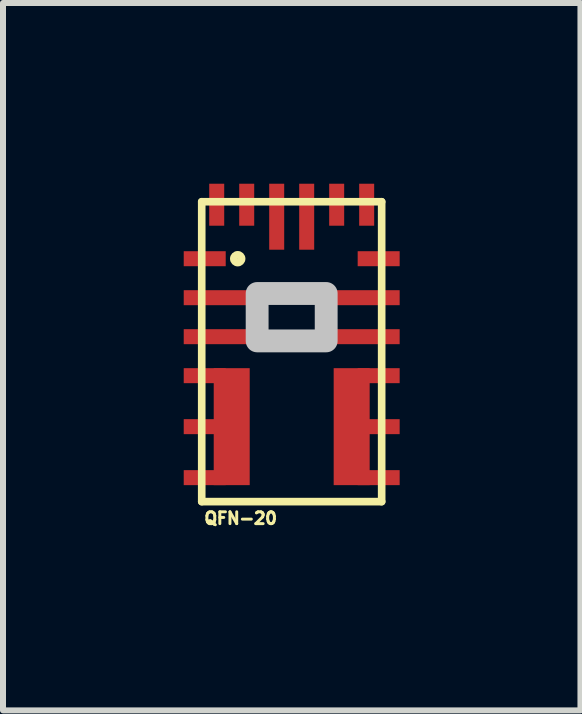
<source format=kicad_pcb>
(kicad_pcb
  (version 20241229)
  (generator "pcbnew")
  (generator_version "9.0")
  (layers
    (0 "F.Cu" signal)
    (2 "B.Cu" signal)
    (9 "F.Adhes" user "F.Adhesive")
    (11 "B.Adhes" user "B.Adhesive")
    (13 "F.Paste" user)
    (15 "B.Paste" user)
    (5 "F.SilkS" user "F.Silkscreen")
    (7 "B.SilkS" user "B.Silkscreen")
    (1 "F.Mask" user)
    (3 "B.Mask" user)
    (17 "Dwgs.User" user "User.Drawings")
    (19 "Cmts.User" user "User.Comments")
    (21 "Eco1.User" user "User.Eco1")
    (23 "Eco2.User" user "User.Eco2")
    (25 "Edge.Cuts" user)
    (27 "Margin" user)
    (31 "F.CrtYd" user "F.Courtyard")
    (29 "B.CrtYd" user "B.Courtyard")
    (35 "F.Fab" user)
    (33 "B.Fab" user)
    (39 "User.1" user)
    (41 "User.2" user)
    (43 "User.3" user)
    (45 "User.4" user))
  (footprint "QFN-20"
    (layer "F.Cu")
    (at 1.813 2.813)
    (property "Reference" "QFN-20" (at -0.851 2.778 0) (layer "F.SilkS") (effects (font (size 0.197 0.197) (thickness 0.05))))
    (attr smd)
    (fp_line (start -1.75 -1.65) (end -1.15 -1.65) (stroke (width 0.127) (type solid)) (layer "F.Mask"))
    (fp_line (start -1.75 -1.55) (end -1.75 -1.65) (stroke (width 0.127) (type solid)) (layer "F.Mask"))
    (fp_line (start -1.75 -1.55) (end -1.15 -1.55) (stroke (width 0.127) (type solid)) (layer "F.Mask"))
    (fp_line (start -1.75 -1.45) (end -1.75 -1.55) (stroke (width 0.127) (type solid)) (layer "F.Mask"))
    (fp_line (start -1.75 -1) (end -0.75 -1) (stroke (width 0.127) (type solid)) (layer "F.Mask"))
    (fp_line (start -1.75 -0.9) (end -1.75 -1) (stroke (width 0.127) (type solid)) (layer "F.Mask"))
    (fp_line (start -1.75 -0.9) (end -0.75 -0.9) (stroke (width 0.127) (type solid)) (layer "F.Mask"))
    (fp_line (start -1.75 -0.8) (end -1.75 -0.9) (stroke (width 0.127) (type solid)) (layer "F.Mask"))
    (fp_line (start -1.75 -0.35) (end -0.75 -0.35) (stroke (width 0.127) (type solid)) (layer "F.Mask"))
    (fp_line (start -1.75 -0.25) (end -1.75 -0.35) (stroke (width 0.127) (type solid)) (layer "F.Mask"))
    (fp_line (start -1.75 -0.25) (end -0.75 -0.25) (stroke (width 0.127) (type solid)) (layer "F.Mask"))
    (fp_line (start -1.75 -0.15) (end -1.75 -0.25) (stroke (width 0.127) (type solid)) (layer "F.Mask"))
    (fp_line (start -1.75 0.3) (end -1 0.3) (stroke (width 0.127) (type solid)) (layer "F.Mask"))
    (fp_line (start -1.75 0.4) (end -1.75 0.3) (stroke (width 0.127) (type solid)) (layer "F.Mask"))
    (fp_line (start -1.75 0.4) (end -1 0.4) (stroke (width 0.127) (type solid)) (layer "F.Mask"))
    (fp_line (start -1.75 0.5) (end -1.75 0.4) (stroke (width 0.127) (type solid)) (layer "F.Mask"))
    (fp_line (start -1.75 1.15) (end -1 1.15) (stroke (width 0.127) (type solid)) (layer "F.Mask"))
    (fp_line (start -1.75 1.25) (end -1.75 1.15) (stroke (width 0.127) (type solid)) (layer "F.Mask"))
    (fp_line (start -1.75 1.25) (end -1 1.25) (stroke (width 0.127) (type solid)) (layer "F.Mask"))
    (fp_line (start -1.75 1.35) (end -1.75 1.25) (stroke (width 0.127) (type solid)) (layer "F.Mask"))
    (fp_line (start -1.75 2) (end -1 2) (stroke (width 0.127) (type solid)) (layer "F.Mask"))
    (fp_line (start -1.75 2.1) (end -1.75 2) (stroke (width 0.127) (type solid)) (layer "F.Mask"))
    (fp_line (start -1.75 2.1) (end -1 2.1) (stroke (width 0.127) (type solid)) (layer "F.Mask"))
    (fp_line (start -1.75 2.2) (end -1.75 2.1) (stroke (width 0.127) (type solid)) (layer "F.Mask"))
    (fp_line (start -1.35 -2.75) (end -1.25 -2.75) (stroke (width 0.127) (type solid)) (layer "F.Mask"))
    (fp_line (start -1.35 -2.15) (end -1.35 -2.75) (stroke (width 0.127) (type solid)) (layer "F.Mask"))
    (fp_line (start -1.25 -2.75) (end -1.25 -2.15) (stroke (width 0.127) (type solid)) (layer "F.Mask"))
    (fp_line (start -1.25 -2.75) (end -1.15 -2.75) (stroke (width 0.127) (type solid)) (layer "F.Mask"))
    (fp_line (start -1.25 -2.15) (end -1.35 -2.15) (stroke (width 0.127) (type solid)) (layer "F.Mask"))
    (fp_line (start -1.15 -2.75) (end -1.15 -2.15) (stroke (width 0.127) (type solid)) (layer "F.Mask"))
    (fp_line (start -1.15 -2.15) (end -1.25 -2.15) (stroke (width 0.127) (type solid)) (layer "F.Mask"))
    (fp_line (start -1.15 -1.65) (end -1.15 -1.55) (stroke (width 0.127) (type solid)) (layer "F.Mask"))
    (fp_line (start -1.15 -1.55) (end -1.15 -1.45) (stroke (width 0.127) (type solid)) (layer "F.Mask"))
    (fp_line (start -1.15 -1.45) (end -1.75 -1.45) (stroke (width 0.127) (type solid)) (layer "F.Mask"))
    (fp_line (start -1 0.3) (end -1 0.4) (stroke (width 0.127) (type solid)) (layer "F.Mask"))
    (fp_line (start -1 0.4) (end -1 0.5) (stroke (width 0.127) (type solid)) (layer "F.Mask"))
    (fp_line (start -1 0.5) (end -1.75 0.5) (stroke (width 0.127) (type solid)) (layer "F.Mask"))
    (fp_line (start -1 1.15) (end -1 1.25) (stroke (width 0.127) (type solid)) (layer "F.Mask"))
    (fp_line (start -1 1.25) (end -1 1.35) (stroke (width 0.127) (type solid)) (layer "F.Mask"))
    (fp_line (start -1 1.35) (end -1.75 1.35) (stroke (width 0.127) (type solid)) (layer "F.Mask"))
    (fp_line (start -1 2) (end -1 2.1) (stroke (width 0.127) (type solid)) (layer "F.Mask"))
    (fp_line (start -1 2.1) (end -1 2.2) (stroke (width 0.127) (type solid)) (layer "F.Mask"))
    (fp_line (start -1 2.2) (end -1.75 2.2) (stroke (width 0.127) (type solid)) (layer "F.Mask"))
    (fp_line (start -0.85 -2.75) (end -0.75 -2.75) (stroke (width 0.127) (type solid)) (layer "F.Mask"))
    (fp_line (start -0.85 -2.15) (end -0.85 -2.75) (stroke (width 0.127) (type solid)) (layer "F.Mask"))
    (fp_line (start -0.75 -2.75) (end -0.75 -2.15) (stroke (width 0.127) (type solid)) (layer "F.Mask"))
    (fp_line (start -0.75 -2.75) (end -0.65 -2.75) (stroke (width 0.127) (type solid)) (layer "F.Mask"))
    (fp_line (start -0.75 -2.15) (end -0.85 -2.15) (stroke (width 0.127) (type solid)) (layer "F.Mask"))
    (fp_line (start -0.75 -1) (end -0.75 -0.9) (stroke (width 0.127) (type solid)) (layer "F.Mask"))
    (fp_line (start -0.75 -0.9) (end -0.75 -0.8) (stroke (width 0.127) (type solid)) (layer "F.Mask"))
    (fp_line (start -0.75 -0.8) (end -1.75 -0.8) (stroke (width 0.127) (type solid)) (layer "F.Mask"))
    (fp_line (start -0.75 -0.35) (end -0.75 -0.25) (stroke (width 0.127) (type solid)) (layer "F.Mask"))
    (fp_line (start -0.75 -0.25) (end -0.75 -0.15) (stroke (width 0.127) (type solid)) (layer "F.Mask"))
    (fp_line (start -0.75 -0.15) (end -1.75 -0.15) (stroke (width 0.127) (type solid)) (layer "F.Mask"))
    (fp_line (start -0.65 -2.75) (end -0.65 -2.15) (stroke (width 0.127) (type solid)) (layer "F.Mask"))
    (fp_line (start -0.65 -2.15) (end -0.75 -2.15) (stroke (width 0.127) (type solid)) (layer "F.Mask"))
    (fp_line (start -0.35 -2.75) (end -0.25 -2.75) (stroke (width 0.127) (type solid)) (layer "F.Mask"))
    (fp_line (start -0.35 -1.75) (end -0.35 -2.75) (stroke (width 0.127) (type solid)) (layer "F.Mask"))
    (fp_line (start -0.25 -2.75) (end -0.25 -1.75) (stroke (width 0.127) (type solid)) (layer "F.Mask"))
    (fp_line (start -0.25 -2.75) (end -0.15 -2.75) (stroke (width 0.127) (type solid)) (layer "F.Mask"))
    (fp_line (start -0.25 -1.75) (end -0.35 -1.75) (stroke (width 0.127) (type solid)) (layer "F.Mask"))
    (fp_line (start -0.15 -2.75) (end -0.15 -1.75) (stroke (width 0.127) (type solid)) (layer "F.Mask"))
    (fp_line (start -0.15 -1.75) (end -0.25 -1.75) (stroke (width 0.127) (type solid)) (layer "F.Mask"))
    (fp_line (start 0.15 -2.75) (end 0.25 -2.75) (stroke (width 0.127) (type solid)) (layer "F.Mask"))
    (fp_line (start 0.15 -1.75) (end 0.15 -2.75) (stroke (width 0.127) (type solid)) (layer "F.Mask"))
    (fp_line (start 0.25 -2.75) (end 0.25 -1.75) (stroke (width 0.127) (type solid)) (layer "F.Mask"))
    (fp_line (start 0.25 -2.75) (end 0.35 -2.75) (stroke (width 0.127) (type solid)) (layer "F.Mask"))
    (fp_line (start 0.25 -1.75) (end 0.15 -1.75) (stroke (width 0.127) (type solid)) (layer "F.Mask"))
    (fp_line (start 0.35 -2.75) (end 0.35 -1.75) (stroke (width 0.127) (type solid)) (layer "F.Mask"))
    (fp_line (start 0.35 -1.75) (end 0.25 -1.75) (stroke (width 0.127) (type solid)) (layer "F.Mask"))
    (fp_line (start 0.65 -2.75) (end 0.75 -2.75) (stroke (width 0.127) (type solid)) (layer "F.Mask"))
    (fp_line (start 0.65 -2.15) (end 0.65 -2.75) (stroke (width 0.127) (type solid)) (layer "F.Mask"))
    (fp_line (start 0.75 -2.75) (end 0.75 -2.15) (stroke (width 0.127) (type solid)) (layer "F.Mask"))
    (fp_line (start 0.75 -2.75) (end 0.85 -2.75) (stroke (width 0.127) (type solid)) (layer "F.Mask"))
    (fp_line (start 0.75 -2.15) (end 0.65 -2.15) (stroke (width 0.127) (type solid)) (layer "F.Mask"))
    (fp_line (start 0.75 -1) (end 1.75 -1) (stroke (width 0.127) (type solid)) (layer "F.Mask"))
    (fp_line (start 0.75 -0.9) (end 0.75 -1) (stroke (width 0.127) (type solid)) (layer "F.Mask"))
    (fp_line (start 0.75 -0.9) (end 1.75 -0.9) (stroke (width 0.127) (type solid)) (layer "F.Mask"))
    (fp_line (start 0.75 -0.8) (end 0.75 -0.9) (stroke (width 0.127) (type solid)) (layer "F.Mask"))
    (fp_line (start 0.75 -0.35) (end 1.75 -0.35) (stroke (width 0.127) (type solid)) (layer "F.Mask"))
    (fp_line (start 0.75 -0.25) (end 0.75 -0.35) (stroke (width 0.127) (type solid)) (layer "F.Mask"))
    (fp_line (start 0.75 -0.25) (end 1.75 -0.25) (stroke (width 0.127) (type solid)) (layer "F.Mask"))
    (fp_line (start 0.75 -0.15) (end 0.75 -0.25) (stroke (width 0.127) (type solid)) (layer "F.Mask"))
    (fp_line (start 0.85 -2.75) (end 0.85 -2.15) (stroke (width 0.127) (type solid)) (layer "F.Mask"))
    (fp_line (start 0.85 -2.15) (end 0.75 -2.15) (stroke (width 0.127) (type solid)) (layer "F.Mask"))
    (fp_line (start 1 0.3) (end 1 0.4) (stroke (width 0.127) (type solid)) (layer "F.Mask"))
    (fp_line (start 1 0.4) (end 1 0.5) (stroke (width 0.127) (type solid)) (layer "F.Mask"))
    (fp_line (start 1 0.4) (end 1.75 0.4) (stroke (width 0.127) (type solid)) (layer "F.Mask"))
    (fp_line (start 1 0.5) (end 1.75 0.5) (stroke (width 0.127) (type solid)) (layer "F.Mask"))
    (fp_line (start 1 1.15) (end 1 1.25) (stroke (width 0.127) (type solid)) (layer "F.Mask"))
    (fp_line (start 1 1.25) (end 1 1.35) (stroke (width 0.127) (type solid)) (layer "F.Mask"))
    (fp_line (start 1 1.25) (end 1.75 1.25) (stroke (width 0.127) (type solid)) (layer "F.Mask"))
    (fp_line (start 1 1.35) (end 1.75 1.35) (stroke (width 0.127) (type solid)) (layer "F.Mask"))
    (fp_line (start 1 2) (end 1 2.1) (stroke (width 0.127) (type solid)) (layer "F.Mask"))
    (fp_line (start 1 2.1) (end 1 2.2) (stroke (width 0.127) (type solid)) (layer "F.Mask"))
    (fp_line (start 1 2.1) (end 1.75 2.1) (stroke (width 0.127) (type solid)) (layer "F.Mask"))
    (fp_line (start 1 2.2) (end 1.75 2.2) (stroke (width 0.127) (type solid)) (layer "F.Mask"))
    (fp_line (start 1.15 -2.75) (end 1.25 -2.75) (stroke (width 0.127) (type solid)) (layer "F.Mask"))
    (fp_line (start 1.15 -2.15) (end 1.15 -2.75) (stroke (width 0.127) (type solid)) (layer "F.Mask"))
    (fp_line (start 1.15 -1.65) (end 1.75 -1.65) (stroke (width 0.127) (type solid)) (layer "F.Mask"))
    (fp_line (start 1.15 -1.55) (end 1.15 -1.65) (stroke (width 0.127) (type solid)) (layer "F.Mask"))
    (fp_line (start 1.15 -1.55) (end 1.75 -1.55) (stroke (width 0.127) (type solid)) (layer "F.Mask"))
    (fp_line (start 1.15 -1.45) (end 1.15 -1.55) (stroke (width 0.127) (type solid)) (layer "F.Mask"))
    (fp_line (start 1.25 -2.75) (end 1.25 -2.15) (stroke (width 0.127) (type solid)) (layer "F.Mask"))
    (fp_line (start 1.25 -2.75) (end 1.35 -2.75) (stroke (width 0.127) (type solid)) (layer "F.Mask"))
    (fp_line (start 1.25 -2.15) (end 1.15 -2.15) (stroke (width 0.127) (type solid)) (layer "F.Mask"))
    (fp_line (start 1.35 -2.75) (end 1.35 -2.15) (stroke (width 0.127) (type solid)) (layer "F.Mask"))
    (fp_line (start 1.35 -2.15) (end 1.25 -2.15) (stroke (width 0.127) (type solid)) (layer "F.Mask"))
    (fp_line (start 1.75 -1.65) (end 1.75 -1.55) (stroke (width 0.127) (type solid)) (layer "F.Mask"))
    (fp_line (start 1.75 -1.55) (end 1.75 -1.45) (stroke (width 0.127) (type solid)) (layer "F.Mask"))
    (fp_line (start 1.75 -1.45) (end 1.15 -1.45) (stroke (width 0.127) (type solid)) (layer "F.Mask"))
    (fp_line (start 1.75 -1) (end 1.75 -0.9) (stroke (width 0.127) (type solid)) (layer "F.Mask"))
    (fp_line (start 1.75 -0.9) (end 1.75 -0.8) (stroke (width 0.127) (type solid)) (layer "F.Mask"))
    (fp_line (start 1.75 -0.8) (end 0.75 -0.8) (stroke (width 0.127) (type solid)) (layer "F.Mask"))
    (fp_line (start 1.75 -0.35) (end 1.75 -0.25) (stroke (width 0.127) (type solid)) (layer "F.Mask"))
    (fp_line (start 1.75 -0.25) (end 1.75 -0.15) (stroke (width 0.127) (type solid)) (layer "F.Mask"))
    (fp_line (start 1.75 -0.15) (end 0.75 -0.15) (stroke (width 0.127) (type solid)) (layer "F.Mask"))
    (fp_line (start 1.75 0.3) (end 1 0.3) (stroke (width 0.127) (type solid)) (layer "F.Mask"))
    (fp_line (start 1.75 0.4) (end 1.75 0.3) (stroke (width 0.127) (type solid)) (layer "F.Mask"))
    (fp_line (start 1.75 0.5) (end 1.75 0.4) (stroke (width 0.127) (type solid)) (layer "F.Mask"))
    (fp_line (start 1.75 1.15) (end 1 1.15) (stroke (width 0.127) (type solid)) (layer "F.Mask"))
    (fp_line (start 1.75 1.25) (end 1.75 1.15) (stroke (width 0.127) (type solid)) (layer "F.Mask"))
    (fp_line (start 1.75 1.35) (end 1.75 1.25) (stroke (width 0.127) (type solid)) (layer "F.Mask"))
    (fp_line (start 1.75 2) (end 1 2) (stroke (width 0.127) (type solid)) (layer "F.Mask"))
    (fp_line (start 1.75 2.1) (end 1.75 2) (stroke (width 0.127) (type solid)) (layer "F.Mask"))
    (fp_line (start 1.75 2.2) (end 1.75 2.1) (stroke (width 0.127) (type solid)) (layer "F.Mask"))
    (fp_line (start -1.5 -2.5) (end -1.5 2.5) (stroke (width 0.127) (type solid)) (layer "F.SilkS"))
    (fp_line (start -1.5 2.5) (end 1.5 2.5) (stroke (width 0.127) (type solid)) (layer "F.SilkS"))
    (fp_line (start 1.5 -2.5) (end -1.5 -2.5) (stroke (width 0.127) (type solid)) (layer "F.SilkS"))
    (fp_line (start 1.5 2.5) (end 1.5 -2.5) (stroke (width 0.127) (type solid)) (layer "F.SilkS"))
    (fp_circle (center -0.9 -1.55) (end -0.835 -1.55) (stroke (width 0.127) (type solid)) (fill no) (layer "F.SilkS"))
    (fp_poly (pts (xy -0.576 -0.97) (xy 0.575 -0.97) (xy 0.575 -0.18) (xy -0.576 -0.18)) (stroke (width 0.381) (type solid)) (fill no) (layer "Dwgs.User"))
    (pad "1" smd rect (at -1.45 -1.55 90) (size 0.25 0.7) (layers "F.Cu" "F.Mask" "F.Paste"))
    (pad "2" smd rect (at -1.25 -0.9 90) (size 0.25 1.1) (layers "F.Cu" "F.Mask" "F.Paste"))
    (pad "3" smd rect (at -1.25 -0.25 90) (size 0.25 1.1) (layers "F.Cu" "F.Mask" "F.Paste"))
    (pad "4" smd rect (at -1.45 0.4 270) (size 0.25 0.7) (layers "F.Cu" "F.Mask" "F.Paste"))
    (pad "5" smd rect (at -1.45 1.25 270) (size 0.25 0.7) (layers "F.Cu" "F.Mask" "F.Paste"))
    (pad "6" smd rect (at -1.45 2.1 270) (size 0.25 0.7) (layers "F.Cu" "F.Mask" "F.Paste"))
    (pad "7" smd rect (at 1.45 2.1 270) (size 0.25 0.7) (layers "F.Cu" "F.Mask" "F.Paste"))
    (pad "8" smd rect (at 1.45 1.25 270) (size 0.25 0.7) (layers "F.Cu" "F.Mask" "F.Paste"))
    (pad "9" smd rect (at 1.45 0.4 270) (size 0.25 0.7) (layers "F.Cu" "F.Mask" "F.Paste"))
    (pad "10" smd rect (at 1.25 -0.25 90) (size 0.25 1.1) (layers "F.Cu" "F.Mask" "F.Paste"))
    (pad "11" smd rect (at 1.25 -0.9 90) (size 0.25 1.1) (layers "F.Cu" "F.Mask" "F.Paste"))
    (pad "12" smd rect (at 1.45 -1.55 90) (size 0.25 0.7) (layers "F.Cu" "F.Mask" "F.Paste"))
    (pad "13" smd rect (at 1.25 -2.45) (size 0.25 0.7) (layers "F.Cu" "F.Mask" "F.Paste"))
    (pad "14" smd rect (at 0.75 -2.45) (size 0.25 0.7) (layers "F.Cu" "F.Mask" "F.Paste"))
    (pad "15" smd rect (at 0.25 -2.25) (size 0.25 1.1) (layers "F.Cu" "F.Mask" "F.Paste"))
    (pad "16" smd rect (at -0.25 -2.25) (size 0.25 1.1) (layers "F.Cu" "F.Mask" "F.Paste"))
    (pad "17" smd rect (at -0.75 -2.45) (size 0.25 0.7) (layers "F.Cu" "F.Mask" "F.Paste"))
    (pad "18" smd rect (at -1.25 -2.45) (size 0.25 0.7) (layers "F.Cu" "F.Mask" "F.Paste"))
    (pad "19" smd rect (at -1 1.25 90) (size 1.95 0.6) (layers "F.Cu" "F.Mask" "F.Paste"))
    (pad "20" smd rect (at 1 1.25 90) (size 1.95 0.6) (layers "F.Cu" "F.Mask" "F.Paste")))
  (gr_rect
    (start -3 -3)
    (end 6.627 8.793)
    (stroke (width 0.1) (type default))
    (fill no)
    (layer "Edge.Cuts")))
</source>
